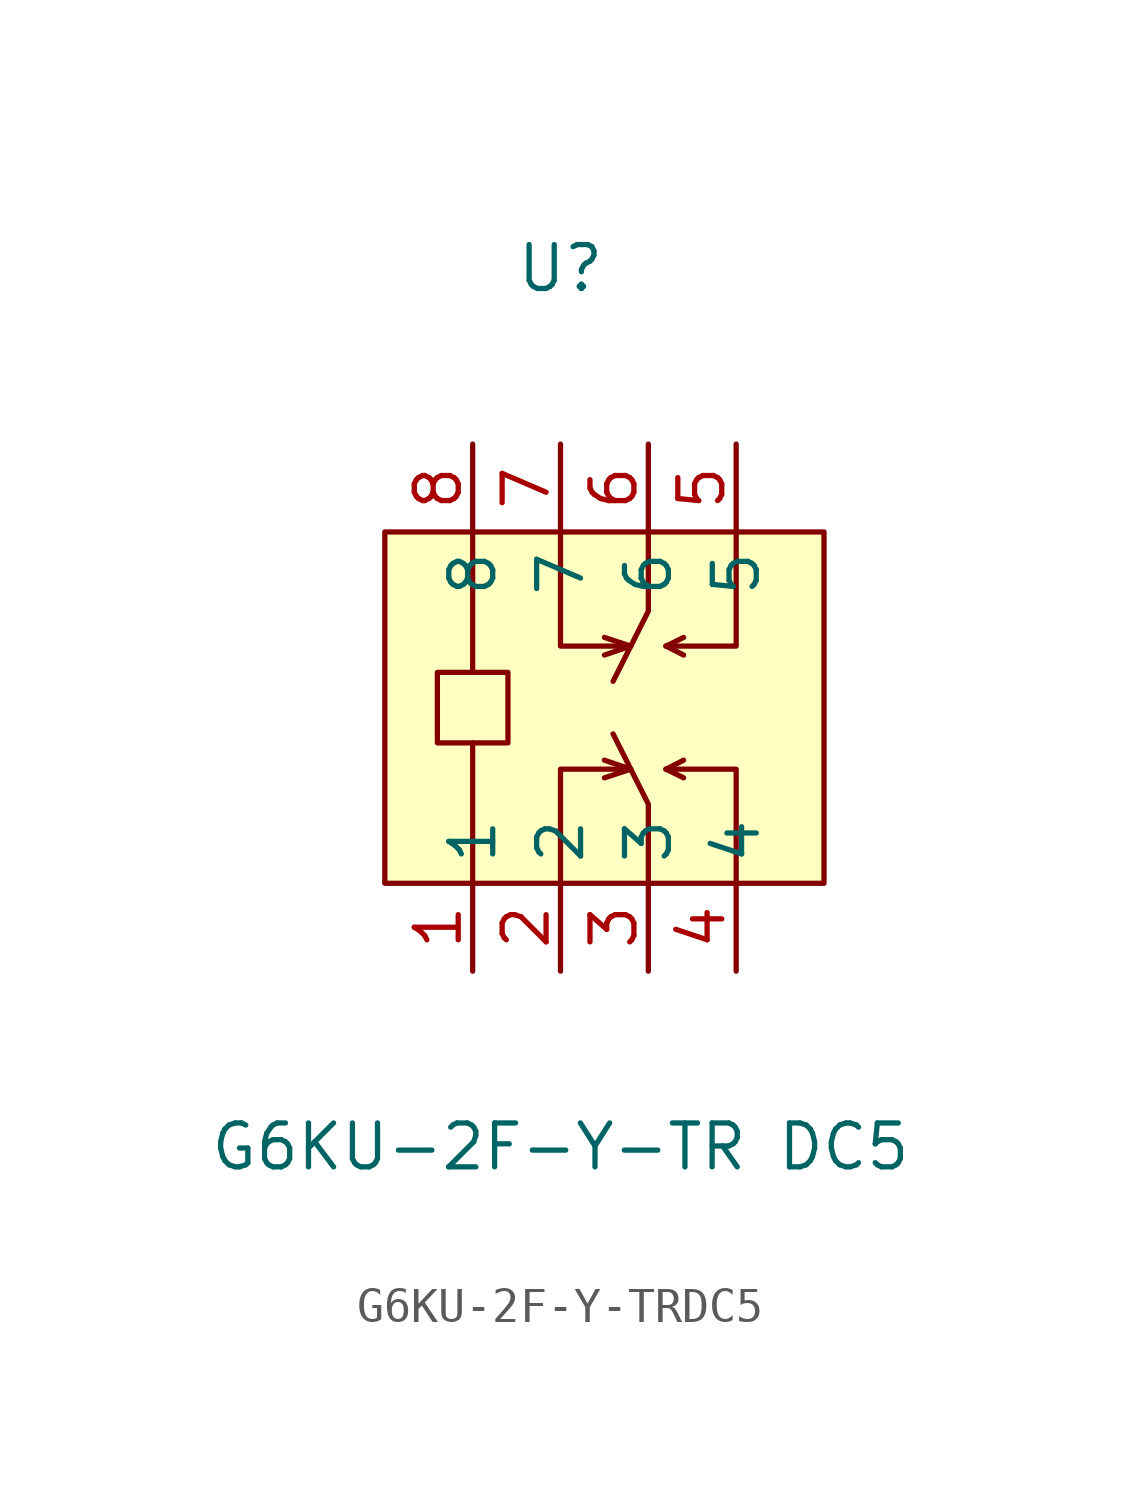
<source format=kicad_sym>
(kicad_symbol_lib
  (version 1)
  (generator "faebryk")
  (symbol "G6KU-2F-Y-TRDC5"
    (property "Reference" "U"
      (at 0 12.7 0)
      (effects (font (size 1.27 1.27)) (hide no)))
    (property "Value" "G6KU-2F-Y-TR DC5"
      (at 0 -12.7 0)
      (effects (font (size 1.27 1.27)) (hide no)))
    (symbol "G6KU-2F-Y-TRDC5_0_1"
      (polyline (stroke (width 0) (type default) (color 0 0 0 0)) (fill (type none)) (pts (xy 0 -5.08) (xy 0 -1.78) (xy 2.03 -1.78)))
      (polyline (stroke (width 0) (type default) (color 0 0 0 0)) (fill (type none)) (pts (xy 5.08 -5.08) (xy 5.08 -1.78) (xy 3.05 -1.78)))
      (polyline (stroke (width 0) (type default) (color 0 0 0 0)) (fill (type none)) (pts (xy 2.54 -5.08) (xy 2.54 -2.79) (xy 1.52 -0.76)))
      (polyline (stroke (width 0) (type default) (color 0 0 0 0)) (fill (type none)) (pts (xy 2.03 -1.78) (xy 1.27 -2.03)))
      (polyline (stroke (width 0) (type default) (color 0 0 0 0)) (fill (type none)) (pts (xy 2.03 -1.78) (xy 1.27 -1.52)))
      (polyline (stroke (width 0) (type default) (color 0 0 0 0)) (fill (type none)) (pts (xy 3.05 -1.78) (xy 3.56 -2.03)))
      (polyline (stroke (width 0) (type default) (color 0 0 0 0)) (fill (type none)) (pts (xy 3.05 -1.78) (xy 3.56 -1.52)))
      (polyline (stroke (width 0) (type default) (color 0 0 0 0)) (fill (type none)) (pts (xy 3.05 1.78) (xy 3.56 1.52)))
      (polyline (stroke (width 0) (type default) (color 0 0 0 0)) (fill (type none)) (pts (xy 3.05 1.78) (xy 3.56 2.03)))
      (polyline (stroke (width 0) (type default) (color 0 0 0 0)) (fill (type none)) (pts (xy 2.03 1.78) (xy 1.27 1.52)))
      (polyline (stroke (width 0) (type default) (color 0 0 0 0)) (fill (type none)) (pts (xy 2.03 1.78) (xy 1.27 2.03)))
      (polyline (stroke (width 0) (type default) (color 0 0 0 0)) (fill (type none)) (pts (xy 2.54 5.08) (xy 2.54 2.79) (xy 1.52 0.76)))
      (polyline (stroke (width 0) (type default) (color 0 0 0 0)) (fill (type none)) (pts (xy 5.08 5.08) (xy 5.08 1.78) (xy 3.05 1.78)))
      (polyline (stroke (width 0) (type default) (color 0 0 0 0)) (fill (type none)) (pts (xy 0 5.08) (xy 0 1.78) (xy 2.03 1.78)))
      (polyline (stroke (width 0) (type default) (color 0 0 0 0)) (fill (type none)) (pts (xy -2.54 -1.02) (xy -2.54 -5.08)))
      (polyline (stroke (width 0) (type default) (color 0 0 0 0)) (fill (type none)) (pts (xy -2.54 5.08) (xy -2.54 1.02)))
      (rectangle (start -5.08 5.08) (end 7.62 -5.08) (stroke (width 0) (type default) (color 0 0 0 0)) (fill (type background)))
      (rectangle (start -3.56 1.02) (end -1.52 -1.02) (stroke (width 0) (type default) (color 0 0 0 0)) (fill (type background)))
      (pin unspecified line (at -2.54 7.62 270) (length 2.54) (name "8" (effects (font (size 1.27 1.27)) (hide no))) (number "8" (effects (font (size 1.27 1.27)) (hide no))))
      (pin unspecified line (at 0 7.62 270) (length 2.54) (name "7" (effects (font (size 1.27 1.27)) (hide no))) (number "7" (effects (font (size 1.27 1.27)) (hide no))))
      (pin unspecified line (at 2.54 7.62 270) (length 2.54) (name "6" (effects (font (size 1.27 1.27)) (hide no))) (number "6" (effects (font (size 1.27 1.27)) (hide no))))
      (pin unspecified line (at 5.08 7.62 270) (length 2.54) (name "5" (effects (font (size 1.27 1.27)) (hide no))) (number "5" (effects (font (size 1.27 1.27)) (hide no))))
      (pin unspecified line (at 5.08 -7.62 90) (length 2.54) (name "4" (effects (font (size 1.27 1.27)) (hide no))) (number "4" (effects (font (size 1.27 1.27)) (hide no))))
      (pin unspecified line (at 2.54 -7.62 90) (length 2.54) (name "3" (effects (font (size 1.27 1.27)) (hide no))) (number "3" (effects (font (size 1.27 1.27)) (hide no))))
      (pin unspecified line (at 0 -7.62 90) (length 2.54) (name "2" (effects (font (size 1.27 1.27)) (hide no))) (number "2" (effects (font (size 1.27 1.27)) (hide no))))
      (pin unspecified line (at -2.54 -7.62 90) (length 2.54) (name "1" (effects (font (size 1.27 1.27)) (hide no))) (number "1" (effects (font (size 1.27 1.27)) (hide no)))))))
</source>
